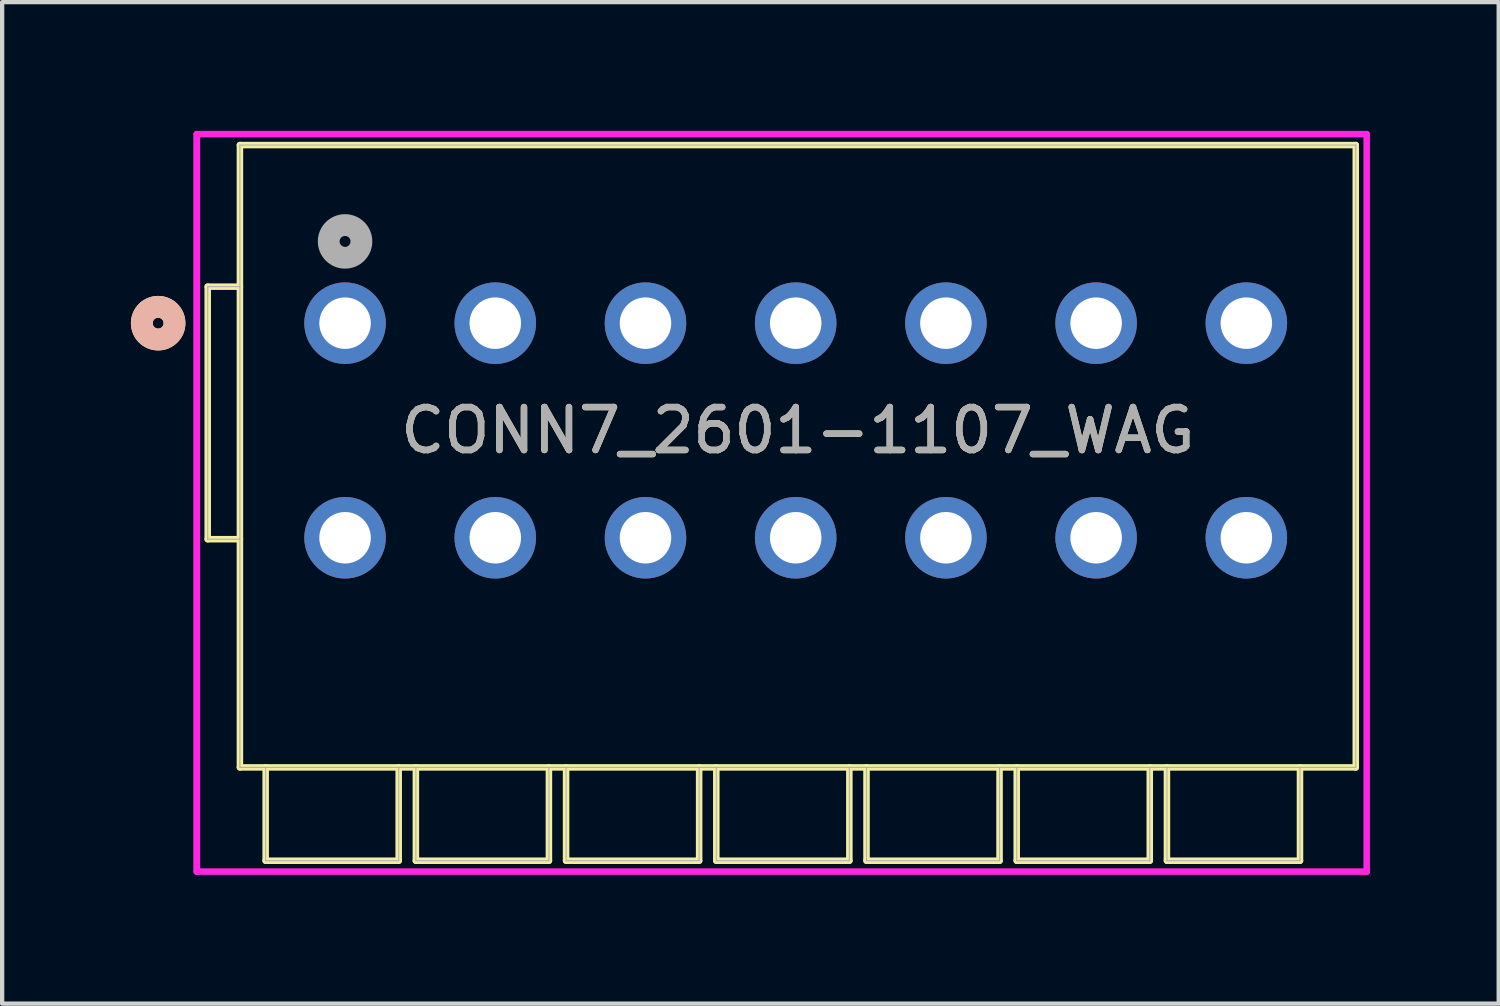
<source format=kicad_pcb>
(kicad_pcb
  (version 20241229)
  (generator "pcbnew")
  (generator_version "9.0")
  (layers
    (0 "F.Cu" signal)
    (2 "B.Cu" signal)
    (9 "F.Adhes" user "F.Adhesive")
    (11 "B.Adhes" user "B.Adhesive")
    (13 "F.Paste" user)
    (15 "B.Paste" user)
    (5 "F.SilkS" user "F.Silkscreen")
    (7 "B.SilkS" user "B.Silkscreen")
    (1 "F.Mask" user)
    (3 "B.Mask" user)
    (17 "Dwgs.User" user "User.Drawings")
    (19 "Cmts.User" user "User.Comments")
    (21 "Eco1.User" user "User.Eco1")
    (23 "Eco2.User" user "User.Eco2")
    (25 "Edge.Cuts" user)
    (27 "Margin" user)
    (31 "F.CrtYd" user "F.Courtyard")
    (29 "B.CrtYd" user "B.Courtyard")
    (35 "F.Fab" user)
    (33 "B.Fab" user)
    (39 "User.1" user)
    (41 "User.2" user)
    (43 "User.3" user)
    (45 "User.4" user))
  (footprint "CONN7_2601-1107_WAG"
    (layer "F.Cu")
    (at 4.99 4.48)
    (property "Reference" "CONN7_2601-1107_WAG" (at 10.55 2.5 0) (unlocked yes) (layer "F.SilkS") (effects (font (size 1 1) (thickness 0.15))))
    (attr through_hole)
    (fp_line (start -3.2 5.034) (end -3.2 -0.85) (stroke (width 0.152) (type solid)) (layer "F.SilkS"))
    (fp_line (start -2.45 -4.15) (end 23.55 -4.15) (stroke (width 0.152) (type solid)) (layer "F.SilkS"))
    (fp_line (start -2.45 10.35) (end -2.45 -4.15) (stroke (width 0.152) (type solid)) (layer "F.SilkS"))
    (fp_line (start -2.45 10.35) (end 23.55 10.35) (stroke (width 0.152) (type solid)) (layer "F.SilkS"))
    (fp_line (start -2.45 -0.85) (end -3.2 -0.85) (stroke (width 0.152) (type solid)) (layer "F.SilkS"))
    (fp_line (start -2.45 5.034) (end -3.2 5.034) (stroke (width 0.152) (type solid)) (layer "F.SilkS"))
    (fp_line (start -1.85 10.35) (end -1.85 12.525) (stroke (width 0.152) (type solid)) (layer "F.SilkS"))
    (fp_line (start -1.85 12.525) (end 1.25 12.525) (stroke (width 0.152) (type solid)) (layer "F.SilkS"))
    (fp_line (start 1.25 10.35) (end 1.25 12.525) (stroke (width 0.152) (type solid)) (layer "F.SilkS"))
    (fp_line (start 1.65 10.35) (end 1.65 12.525) (stroke (width 0.152) (type solid)) (layer "F.SilkS"))
    (fp_line (start 1.65 12.525) (end 4.75 12.525) (stroke (width 0.152) (type solid)) (layer "F.SilkS"))
    (fp_line (start 4.75 10.35) (end 4.75 12.525) (stroke (width 0.152) (type solid)) (layer "F.SilkS"))
    (fp_line (start 5.15 10.35) (end 5.15 12.525) (stroke (width 0.152) (type solid)) (layer "F.SilkS"))
    (fp_line (start 5.15 12.525) (end 8.25 12.525) (stroke (width 0.152) (type solid)) (layer "F.SilkS"))
    (fp_line (start 8.25 10.35) (end 8.25 12.525) (stroke (width 0.152) (type solid)) (layer "F.SilkS"))
    (fp_line (start 8.65 10.35) (end 8.65 12.525) (stroke (width 0.152) (type solid)) (layer "F.SilkS"))
    (fp_line (start 8.65 12.525) (end 11.75 12.525) (stroke (width 0.152) (type solid)) (layer "F.SilkS"))
    (fp_line (start 11.75 10.35) (end 11.75 12.525) (stroke (width 0.152) (type solid)) (layer "F.SilkS"))
    (fp_line (start 12.15 10.35) (end 12.15 12.525) (stroke (width 0.152) (type solid)) (layer "F.SilkS"))
    (fp_line (start 12.15 12.525) (end 15.25 12.525) (stroke (width 0.152) (type solid)) (layer "F.SilkS"))
    (fp_line (start 15.25 10.35) (end 15.25 12.525) (stroke (width 0.152) (type solid)) (layer "F.SilkS"))
    (fp_line (start 15.65 10.35) (end 15.65 12.525) (stroke (width 0.152) (type solid)) (layer "F.SilkS"))
    (fp_line (start 15.65 12.525) (end 18.75 12.525) (stroke (width 0.152) (type solid)) (layer "F.SilkS"))
    (fp_line (start 18.75 10.35) (end 18.75 12.525) (stroke (width 0.152) (type solid)) (layer "F.SilkS"))
    (fp_line (start 19.15 10.35) (end 19.15 12.525) (stroke (width 0.152) (type solid)) (layer "F.SilkS"))
    (fp_line (start 19.15 12.525) (end 22.25 12.525) (stroke (width 0.152) (type solid)) (layer "F.SilkS"))
    (fp_line (start 22.25 10.35) (end 22.25 12.525) (stroke (width 0.152) (type solid)) (layer "F.SilkS"))
    (fp_line (start 23.55 -4.15) (end 23.55 10.35) (stroke (width 0.152) (type solid)) (layer "F.SilkS"))
    (fp_circle (center -4.355 0) (end -3.974 0) (stroke (width 0.508) (type solid)) (fill no) (layer "F.SilkS"))
    (fp_circle (center -4.355 0) (end -3.974 0) (stroke (width 0.508) (type solid)) (fill no) (layer "B.SilkS"))
    (fp_line (start -3.454 -4.404) (end -3.454 12.779) (stroke (width 0.152) (type solid)) (layer "F.CrtYd"))
    (fp_line (start -3.454 -4.404) (end -3.454 12.779) (stroke (width 0.152) (type solid)) (layer "F.CrtYd"))
    (fp_line (start -3.454 12.779) (end 23.804 12.779) (stroke (width 0.152) (type solid)) (layer "F.CrtYd"))
    (fp_line (start 23.804 -4.404) (end -3.454 -4.404) (stroke (width 0.152) (type solid)) (layer "F.CrtYd"))
    (fp_line (start 23.804 12.779) (end 23.804 -4.404) (stroke (width 0.152) (type solid)) (layer "F.CrtYd"))
    (fp_line (start -3.2 5.034) (end -3.2 -0.85) (stroke (width 0.025) (type solid)) (layer "F.Fab"))
    (fp_line (start -2.45 -4.15) (end 23.55 -4.15) (stroke (width 0.025) (type solid)) (layer "F.Fab"))
    (fp_line (start -2.45 10.35) (end -2.45 -4.15) (stroke (width 0.025) (type solid)) (layer "F.Fab"))
    (fp_line (start -2.45 10.35) (end 23.55 10.35) (stroke (width 0.025) (type solid)) (layer "F.Fab"))
    (fp_line (start -2.45 -0.85) (end -3.2 -0.85) (stroke (width 0.025) (type solid)) (layer "F.Fab"))
    (fp_line (start -2.45 5.034) (end -3.2 5.034) (stroke (width 0.025) (type solid)) (layer "F.Fab"))
    (fp_line (start -1.85 10.35) (end -1.85 12.525) (stroke (width 0.025) (type solid)) (layer "F.Fab"))
    (fp_line (start -1.85 12.525) (end 1.25 12.525) (stroke (width 0.025) (type solid)) (layer "F.Fab"))
    (fp_line (start 1.25 10.35) (end 1.25 12.525) (stroke (width 0.025) (type solid)) (layer "F.Fab"))
    (fp_line (start 1.65 10.35) (end 1.65 12.525) (stroke (width 0.025) (type solid)) (layer "F.Fab"))
    (fp_line (start 1.65 12.525) (end 4.75 12.525) (stroke (width 0.025) (type solid)) (layer "F.Fab"))
    (fp_line (start 4.75 10.35) (end 4.75 12.525) (stroke (width 0.025) (type solid)) (layer "F.Fab"))
    (fp_line (start 5.15 10.35) (end 5.15 12.525) (stroke (width 0.025) (type solid)) (layer "F.Fab"))
    (fp_line (start 5.15 12.525) (end 8.25 12.525) (stroke (width 0.025) (type solid)) (layer "F.Fab"))
    (fp_line (start 8.25 10.35) (end 8.25 12.525) (stroke (width 0.025) (type solid)) (layer "F.Fab"))
    (fp_line (start 8.65 10.35) (end 8.65 12.525) (stroke (width 0.025) (type solid)) (layer "F.Fab"))
    (fp_line (start 8.65 12.525) (end 11.75 12.525) (stroke (width 0.025) (type solid)) (layer "F.Fab"))
    (fp_line (start 11.75 10.35) (end 11.75 12.525) (stroke (width 0.025) (type solid)) (layer "F.Fab"))
    (fp_line (start 12.15 10.35) (end 12.15 12.525) (stroke (width 0.025) (type solid)) (layer "F.Fab"))
    (fp_line (start 12.15 12.525) (end 15.25 12.525) (stroke (width 0.025) (type solid)) (layer "F.Fab"))
    (fp_line (start 15.25 10.35) (end 15.25 12.525) (stroke (width 0.025) (type solid)) (layer "F.Fab"))
    (fp_line (start 15.65 10.35) (end 15.65 12.525) (stroke (width 0.025) (type solid)) (layer "F.Fab"))
    (fp_line (start 15.65 12.525) (end 18.75 12.525) (stroke (width 0.025) (type solid)) (layer "F.Fab"))
    (fp_line (start 18.75 10.35) (end 18.75 12.525) (stroke (width 0.025) (type solid)) (layer "F.Fab"))
    (fp_line (start 19.15 10.35) (end 19.15 12.525) (stroke (width 0.025) (type solid)) (layer "F.Fab"))
    (fp_line (start 19.15 12.525) (end 22.25 12.525) (stroke (width 0.025) (type solid)) (layer "F.Fab"))
    (fp_line (start 22.25 10.35) (end 22.25 12.525) (stroke (width 0.025) (type solid)) (layer "F.Fab"))
    (fp_line (start 23.55 -4.15) (end 23.55 10.35) (stroke (width 0.025) (type solid)) (layer "F.Fab"))
    (fp_circle (center 0 -1.905) (end 0.381 -1.905) (stroke (width 0.508) (type solid)) (fill no) (layer "F.Fab"))
    (fp_text user "${REFERENCE}" (at 10.55 2.5 0) (unlocked yes) (layer "F.Fab") (effects (font (size 1 1) (thickness 0.15))))
    (pad "1" thru_hole circle (at 0 0) (size 1.9 1.9) (drill 1.2) (layers "*.Cu" "*.Mask"))
    (pad "2" thru_hole circle (at 0 5) (size 1.9 1.9) (drill 1.2) (layers "*.Cu" "*.Mask"))
    (pad "3" thru_hole circle (at 3.5 0) (size 1.9 1.9) (drill 1.2) (layers "*.Cu" "*.Mask"))
    (pad "4" thru_hole circle (at 3.5 5) (size 1.9 1.9) (drill 1.2) (layers "*.Cu" "*.Mask"))
    (pad "5" thru_hole circle (at 7 0) (size 1.9 1.9) (drill 1.2) (layers "*.Cu" "*.Mask"))
    (pad "6" thru_hole circle (at 7 5) (size 1.9 1.9) (drill 1.2) (layers "*.Cu" "*.Mask"))
    (pad "7" thru_hole circle (at 10.5 0) (size 1.9 1.9) (drill 1.2) (layers "*.Cu" "*.Mask"))
    (pad "8" thru_hole circle (at 10.5 5) (size 1.9 1.9) (drill 1.2) (layers "*.Cu" "*.Mask"))
    (pad "9" thru_hole circle (at 14 0) (size 1.9 1.9) (drill 1.2) (layers "*.Cu" "*.Mask"))
    (pad "10" thru_hole circle (at 14 5) (size 1.9 1.9) (drill 1.2) (layers "*.Cu" "*.Mask"))
    (pad "11" thru_hole circle (at 17.5 0) (size 1.9 1.9) (drill 1.2) (layers "*.Cu" "*.Mask"))
    (pad "12" thru_hole circle (at 17.5 5) (size 1.9 1.9) (drill 1.2) (layers "*.Cu" "*.Mask"))
    (pad "13" thru_hole circle (at 21 0) (size 1.9 1.9) (drill 1.2) (layers "*.Cu" "*.Mask"))
    (pad "14" thru_hole circle (at 21 5) (size 1.9 1.9) (drill 1.2) (layers "*.Cu" "*.Mask")))
  (gr_rect
    (start -3 -3)
    (end 31.87 20.335)
    (stroke (width 0.1) (type default))
    (fill no)
    (layer "Edge.Cuts")))
</source>
